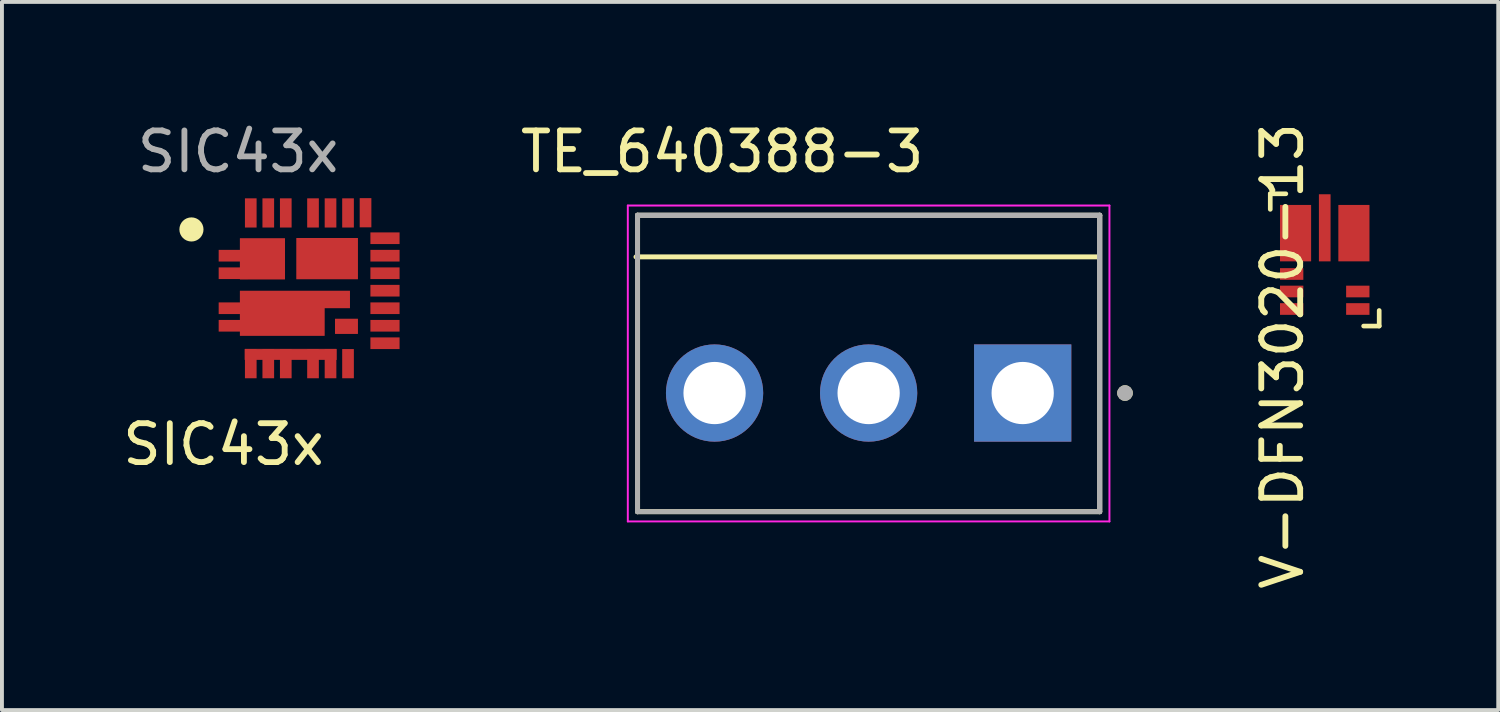
<source format=kicad_pcb>
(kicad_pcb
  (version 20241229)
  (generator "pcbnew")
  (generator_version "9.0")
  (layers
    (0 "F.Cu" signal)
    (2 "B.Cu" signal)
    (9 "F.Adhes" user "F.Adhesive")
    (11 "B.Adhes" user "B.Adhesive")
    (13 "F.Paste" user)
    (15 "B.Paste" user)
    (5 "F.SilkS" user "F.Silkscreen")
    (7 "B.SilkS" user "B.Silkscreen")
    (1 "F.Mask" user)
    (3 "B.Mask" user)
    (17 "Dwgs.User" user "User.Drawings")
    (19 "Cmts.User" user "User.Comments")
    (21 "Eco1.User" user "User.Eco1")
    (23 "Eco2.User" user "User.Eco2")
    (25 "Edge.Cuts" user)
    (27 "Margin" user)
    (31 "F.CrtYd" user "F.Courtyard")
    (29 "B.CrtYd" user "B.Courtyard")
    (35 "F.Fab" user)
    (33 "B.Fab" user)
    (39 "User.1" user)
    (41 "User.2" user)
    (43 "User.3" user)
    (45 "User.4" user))
  (footprint "V-DFN3020-13"
    (layer "F.Cu")
    (at 31.002 3.631)
    (property "Reference" "V-DFN3020-13" (at -1.086 2.47 90) (unlocked yes) (layer "F.SilkS") (effects (font (size 1 1) (thickness 0.15))))
    (attr smd)
    (fp_line (start -1.4 -1.7) (end -1.4 -1.3) (stroke (width 0.12) (type solid)) (layer "F.SilkS"))
    (fp_line (start -1 -1.7) (end -1.4 -1.7) (stroke (width 0.12) (type solid)) (layer "F.SilkS"))
    (fp_line (start 1 1.7) (end 1.4 1.7) (stroke (width 0.12) (type solid)) (layer "F.SilkS"))
    (fp_line (start 1.4 1.7) (end 1.4 1.3) (stroke (width 0.12) (type solid)) (layer "F.SilkS"))
    (fp_rect (start -1.05 -1.3) (end -0.75 -0.1) (stroke (width 0.12) (type solid)) (fill yes) (layer "F.Paste"))
    (fp_rect (start -0.1 -1.5) (end 0.1 -0.8) (stroke (width 0.12) (type solid)) (fill yes) (layer "F.Paste"))
    (fp_rect (start 0.75 -1.3) (end 1.05 -0.1) (stroke (width 0.12) (type solid)) (fill yes) (layer "F.Paste"))
    (pad "1" smd rect (at -0.75 -0.688) (size 0.8 1.45) (layers "F.Cu" "F.Mask"))
    (pad "2" smd rect (at -0.85 0.362) (size 0.6 0.3) (layers "F.Cu" "F.Mask" "F.Paste"))
    (pad "3" smd rect (at -0.85 0.812) (size 0.6 0.3) (layers "F.Cu" "F.Mask" "F.Paste"))
    (pad "4" smd rect (at -0.85 1.262) (size 0.6 0.3) (layers "F.Cu" "F.Mask" "F.Paste"))
    (pad "5" smd rect (at 0.85 1.262) (size 0.6 0.3) (layers "F.Cu" "F.Mask" "F.Paste"))
    (pad "6" smd rect (at 0.85 0.812) (size 0.6 0.3) (layers "F.Cu" "F.Mask" "F.Paste"))
    (pad "8" smd rect (at 0.75 -0.688) (size 0.8 1.45) (layers "F.Cu" "F.Mask"))
    (pad "9" smd rect (at 0 -0.825 90) (size 1.725 0.3) (layers "F.Cu" "F.Mask")))
  (footprint "SIC43x"
    (layer "F.Cu")
    (at 4.871 4.348)
    (property "Reference" "SIC43x" (at -2.175 4.025 0) (unlocked yes) (layer "F.SilkS") (effects (font (size 1 1) (thickness 0.15))))
    (attr smd)
    (fp_rect (start -1.625 1.575) (end 0.725 1.85) (stroke (width 0.01) (type solid)) (fill yes) (layer "F.Cu"))
    (fp_rect (start -0.3 -1.275) (end 1.275 -0.225) (stroke (width 0.01) (type solid)) (fill yes) (layer "F.Mask"))
    (fp_rect (start 0.695 0.8) (end 1.275 1.18) (stroke (width 0.01) (type solid)) (fill yes) (layer "F.Mask"))
    (fp_poly (pts (xy -0.6 -0.22) (xy -1.75 -0.22) (xy -1.75 -1.27) (xy -0.6 -1.27)) (stroke (width 0.01) (type solid)) (fill yes) (layer "F.Mask"))
    (fp_poly (pts (xy 1.07 0.52) (xy 0.42 0.52) (xy 0.42 1.23) (xy -1.75 1.23) (xy -1.75 0.08) (xy 1.07 0.08)) (stroke (width 0.01) (type solid)) (fill yes) (layer "F.Mask"))
    (fp_circle (center -3 -1.5) (end -2.75 -1.5) (stroke (width 0.12) (type solid)) (fill yes) (layer "F.SilkS"))
    (fp_rect (start -1.32 -0.94) (end -0.92 -0.54) (stroke (width 0.01) (type solid)) (fill yes) (layer "F.Paste"))
    (fp_rect (start -1.26 0.39) (end -0.86 0.9) (stroke (width 0.01) (type solid)) (fill yes) (layer "F.Paste"))
    (fp_rect (start -0.62 0.39) (end -0.22 0.9) (stroke (width 0.01) (type solid)) (fill yes) (layer "F.Paste"))
    (fp_rect (start -0.07 -0.94) (end 0.37 -0.51) (stroke (width 0.01) (type solid)) (fill yes) (layer "F.Paste"))
    (fp_rect (start 0.03 0.39) (end 0.34 0.91) (stroke (width 0.01) (type solid)) (fill yes) (layer "F.Paste"))
    (fp_rect (start 0.66 -0.93) (end 1.08 -0.47) (stroke (width 0.01) (type solid)) (fill yes) (layer "F.Paste"))
    (fp_rect (start 0.78 0.91) (end 1.18 1.07) (stroke (width 0.01) (type solid)) (fill yes) (layer "F.Paste"))
    (fp_line (start -2 -2) (end -2 2) (stroke (width 0.01) (type solid)) (layer "User.1"))
    (fp_line (start -2 2) (end 2 2) (stroke (width 0.01) (type solid)) (layer "User.1"))
    (fp_line (start 2 -2) (end -2 -2) (stroke (width 0.01) (type solid)) (layer "User.1"))
    (fp_line (start 2 2) (end 2 -2) (stroke (width 0.01) (type solid)) (layer "User.1"))
    (fp_text user "${REFERENCE}" (at -1.8 -3.5 0) (unlocked yes) (layer "F.Fab") (effects (font (size 1 1) (thickness 0.15))))
    (pad "1" smd roundrect (at -1.925 -0.825 90) (size 0.3 0.75) (layers "F.Cu" "F.Mask" "F.Paste") (roundrect_rratio 0.01))
    (pad "2" smd roundrect (at -1.925 -0.375 90) (size 0.3 0.75) (layers "F.Cu" "F.Mask" "F.Paste") (roundrect_rratio 0.01))
    (pad "3" smd roundrect (at -1.925 0.525 90) (size 0.3 0.75) (layers "F.Cu" "F.Mask" "F.Paste") (roundrect_rratio 0.01))
    (pad "4" smd roundrect (at -1.925 0.975 90) (size 0.3 0.75) (layers "F.Cu" "F.Mask" "F.Paste") (roundrect_rratio 0.01))
    (pad "5" smd roundrect (at -1.475 1.95 180) (size 0.3 0.75) (layers "F.Cu" "F.Mask" "F.Paste") (roundrect_rratio 0.01))
    (pad "6" smd roundrect (at -1.025 1.95 180) (size 0.3 0.75) (layers "F.Cu" "F.Mask" "F.Paste") (roundrect_rratio 0.01))
    (pad "7" smd roundrect (at -0.575 1.95 180) (size 0.3 0.75) (layers "F.Cu" "F.Mask" "F.Paste") (roundrect_rratio 0.01))
    (pad "8" smd roundrect (at 0.125 1.95 180) (size 0.3 0.75) (layers "F.Cu" "F.Mask" "F.Paste") (roundrect_rratio 0.01))
    (pad "9" smd roundrect (at 0.575 1.95 180) (size 0.3 0.75) (layers "F.Cu" "F.Mask" "F.Paste") (roundrect_rratio 0.01))
    (pad "10" smd roundrect (at 1.025 1.95 180) (size 0.3 0.75) (layers "F.Cu" "F.Mask" "F.Paste") (roundrect_rratio 0.01))
    (pad "11" smd roundrect (at 1.975 1.425 270) (size 0.3 0.75) (layers "F.Cu" "F.Mask" "F.Paste") (roundrect_rratio 0.01))
    (pad "12" smd roundrect (at 1.975 0.975 270) (size 0.3 0.75) (layers "F.Cu" "F.Mask" "F.Paste") (roundrect_rratio 0.01))
    (pad "13" smd roundrect (at 1.975 0.525 270) (size 0.3 0.75) (layers "F.Cu" "F.Mask" "F.Paste") (roundrect_rratio 0.01))
    (pad "14" smd roundrect (at 1.975 0.075 270) (size 0.3 0.75) (layers "F.Cu" "F.Mask" "F.Paste") (roundrect_rratio 0.01))
    (pad "15" smd roundrect (at 1.975 -0.375 270) (size 0.3 0.75) (layers "F.Cu" "F.Mask" "F.Paste") (roundrect_rratio 0.01))
    (pad "16" smd roundrect (at 1.975 -0.825 270) (size 0.3 0.75) (layers "F.Cu" "F.Mask" "F.Paste") (roundrect_rratio 0.01))
    (pad "17" smd roundrect (at 1.975 -1.275 270) (size 0.3 0.75) (layers "F.Cu" "F.Mask" "F.Paste") (roundrect_rratio 0.01))
    (pad "18" smd roundrect (at 1.475 -1.93 180) (size 0.3 0.75) (layers "F.Cu" "F.Mask" "F.Paste") (roundrect_rratio 0.01))
    (pad "19" smd roundrect (at 1.025 -1.925 180) (size 0.3 0.75) (layers "F.Cu" "F.Mask" "F.Paste") (roundrect_rratio 0.01))
    (pad "20" smd roundrect (at 0.575 -1.925 180) (size 0.3 0.75) (layers "F.Cu" "F.Mask" "F.Paste") (roundrect_rratio 0.01))
    (pad "21" smd roundrect (at 0.125 -1.925 180) (size 0.3 0.75) (layers "F.Cu" "F.Mask" "F.Paste") (roundrect_rratio 0.01))
    (pad "22" smd roundrect (at -0.575 -1.925 180) (size 0.3 0.75) (layers "F.Cu" "F.Mask" "F.Paste") (roundrect_rratio 0.01))
    (pad "23" smd roundrect (at -1.025 -1.925 180) (size 0.3 0.75) (layers "F.Cu" "F.Mask" "F.Paste") (roundrect_rratio 0.01))
    (pad "24" smd roundrect (at -1.475 -1.925 180) (size 0.3 0.75) (layers "F.Cu" "F.Mask" "F.Paste") (roundrect_rratio 0.01))
    (pad "25" smd custom (at 0.5 -0.75) (size 0.5 0.5) (layers "F.Cu" "F.Mask" "F.Paste") (options (anchor circle)) (primitives (gr_poly (pts (xy -0.25 -0.125) (xy -0.24 -0.173) (xy -0.213 -0.213) (xy -0.173 -0.24) (xy -0.125 -0.25) (xy 0.125 -0.25) (xy 0.173 -0.24) (xy 0.213 -0.213) (xy 0.24 -0.173) (xy 0.25 -0.125) (xy 0.25 0.125) (xy 0.24 0.173) (xy 0.213 0.213) (xy 0.173 0.24) (xy 0.125 0.25) (xy -0.125 0.25) (xy -0.173 0.24) (xy -0.213 0.213) (xy -0.24 0.173) (xy -0.25 0.125)) (width 0) (fill yes)) (gr_rect (start -0.8 -0.525) (end 0.775 0.525) (width 0.01) (fill yes))))
    (pad "26" smd custom (at -1.25 -0.75) (size 0.5 0.5) (layers "F.Cu" "F.Mask" "F.Paste") (options (anchor circle)) (primitives (gr_poly (pts (xy -0.25 -0.125) (xy -0.24 -0.173) (xy -0.213 -0.213) (xy -0.173 -0.24) (xy -0.125 -0.25) (xy 0.125 -0.25) (xy 0.173 -0.24) (xy 0.213 -0.213) (xy 0.24 -0.173) (xy 0.25 -0.125) (xy 0.25 0.125) (xy 0.24 0.173) (xy 0.213 0.213) (xy 0.173 0.24) (xy 0.125 0.25) (xy -0.125 0.25) (xy -0.173 0.24) (xy -0.213 0.213) (xy -0.24 0.173) (xy -0.25 0.125)) (width 0) (fill yes)) (gr_poly (pts (xy 0.65 0.53) (xy -0.5 0.53) (xy -0.5 -0.52) (xy 0.65 -0.52)) (width 0.01) (fill yes))))
    (pad "27" smd custom (at -0.75 0.75) (size 0.5 0.5) (layers "F.Cu" "F.Mask" "F.Paste") (options (anchor circle)) (primitives (gr_poly (pts (xy -0.25 -0.125) (xy -0.24 -0.173) (xy -0.213 -0.213) (xy -0.173 -0.24) (xy -0.125 -0.25) (xy 0.125 -0.25) (xy 0.173 -0.24) (xy 0.213 -0.213) (xy 0.24 -0.173) (xy 0.25 -0.125) (xy 0.25 0.125) (xy 0.24 0.173) (xy 0.213 0.213) (xy 0.173 0.24) (xy 0.125 0.25) (xy -0.125 0.25) (xy -0.173 0.24) (xy -0.213 0.213) (xy -0.24 0.173) (xy -0.25 0.125)) (width 0) (fill yes)) (gr_poly (pts (xy 1.82 -0.23) (xy 1.17 -0.23) (xy 1.17 0.48) (xy -1 0.48) (xy -1 -0.67) (xy 1.82 -0.67)) (width 0.01) (fill yes))))
    (pad "28" smd custom (at 1 1) (size 0.2 0.2) (layers "F.Cu" "F.Mask" "F.Paste") (options (anchor circle)) (primitives (gr_poly (pts (xy -0.1 -0.05) (xy -0.096 -0.069) (xy -0.085 -0.085) (xy -0.069 -0.096) (xy -0.05 -0.1) (xy 0.05 -0.1) (xy 0.069 -0.096) (xy 0.085 -0.085) (xy 0.096 -0.069) (xy 0.1 -0.05) (xy 0.1 0.05) (xy 0.096 0.069) (xy 0.085 0.085) (xy 0.069 0.096) (xy 0.05 0.1) (xy -0.05 0.1) (xy -0.069 0.096) (xy -0.085 0.085) (xy -0.096 0.069) (xy -0.1 0.05)) (width 0) (fill yes)) (gr_rect (start -0.305 -0.2) (end 0.275 0.18) (width 0.01) (fill yes)))))
  (footprint "TE_640388-3"
    (layer "F.Cu")
    (at 19.278 7.053)
    (property "Reference" "TE_640388-3" (at -3.765 -6.205 0) (layer "F.SilkS") (effects (font (size 1 1) (thickness 0.15))))
    (attr through_hole)
    (fp_line (start -5.94 3.05) (end -5.94 -4.57) (stroke (width 0.127) (type solid)) (layer "F.SilkS"))
    (fp_line (start 5.9 -3.5) (end -5.98 -3.5) (stroke (width 0.127) (type solid)) (layer "F.SilkS"))
    (fp_line (start 5.94 -4.57) (end -5.94 -4.57) (stroke (width 0.127) (type solid)) (layer "F.SilkS"))
    (fp_line (start 5.94 -4.57) (end 5.94 3.05) (stroke (width 0.127) (type solid)) (layer "F.SilkS"))
    (fp_line (start 5.94 3.05) (end -5.94 3.05) (stroke (width 0.127) (type solid)) (layer "F.SilkS"))
    (fp_circle (center 6.59 0) (end 6.69 0) (stroke (width 0.2) (type solid)) (fill no) (layer "F.SilkS"))
    (fp_line (start -6.19 -4.82) (end 6.19 -4.82) (stroke (width 0.05) (type solid)) (layer "F.CrtYd"))
    (fp_line (start -6.19 3.3) (end -6.19 -4.82) (stroke (width 0.05) (type solid)) (layer "F.CrtYd"))
    (fp_line (start 6.19 -4.82) (end 6.19 3.3) (stroke (width 0.05) (type solid)) (layer "F.CrtYd"))
    (fp_line (start 6.19 3.3) (end -6.19 3.3) (stroke (width 0.05) (type solid)) (layer "F.CrtYd"))
    (fp_line (start -5.94 -4.57) (end 5.94 -4.57) (stroke (width 0.127) (type solid)) (layer "F.Fab"))
    (fp_line (start -5.94 -4.57) (end 5.94 -4.57) (stroke (width 0.127) (type solid)) (layer "F.Fab"))
    (fp_line (start -5.94 3.05) (end -5.94 -4.57) (stroke (width 0.127) (type solid)) (layer "F.Fab"))
    (fp_line (start -5.94 3.05) (end -5.94 -4.57) (stroke (width 0.127) (type solid)) (layer "F.Fab"))
    (fp_line (start 5.94 -4.57) (end 5.94 3.05) (stroke (width 0.127) (type solid)) (layer "F.Fab"))
    (fp_line (start 5.94 -4.57) (end 5.94 3.05) (stroke (width 0.127) (type solid)) (layer "F.Fab"))
    (fp_line (start 5.94 3.05) (end -5.94 3.05) (stroke (width 0.127) (type solid)) (layer "F.Fab"))
    (fp_circle (center 6.59 0) (end 6.69 0) (stroke (width 0.2) (type solid)) (fill no) (layer "F.Fab"))
    (pad "1" thru_hole rect (at 3.96 0) (size 2.5 2.5) (drill 1.6) (layers "*.Cu" "*.Mask"))
    (pad "2" thru_hole circle (at 0 0) (size 2.5 2.5) (drill 1.6) (layers "*.Cu" "*.Mask"))
    (pad "3" thru_hole circle (at -3.96 0) (size 2.5 2.5) (drill 1.6) (layers "*.Cu" "*.Mask")))
  (gr_rect
    (start -3 -3)
    (end 35.462 15.202)
    (stroke (width 0.1) (type default))
    (fill no)
    (layer "Edge.Cuts")))
</source>
